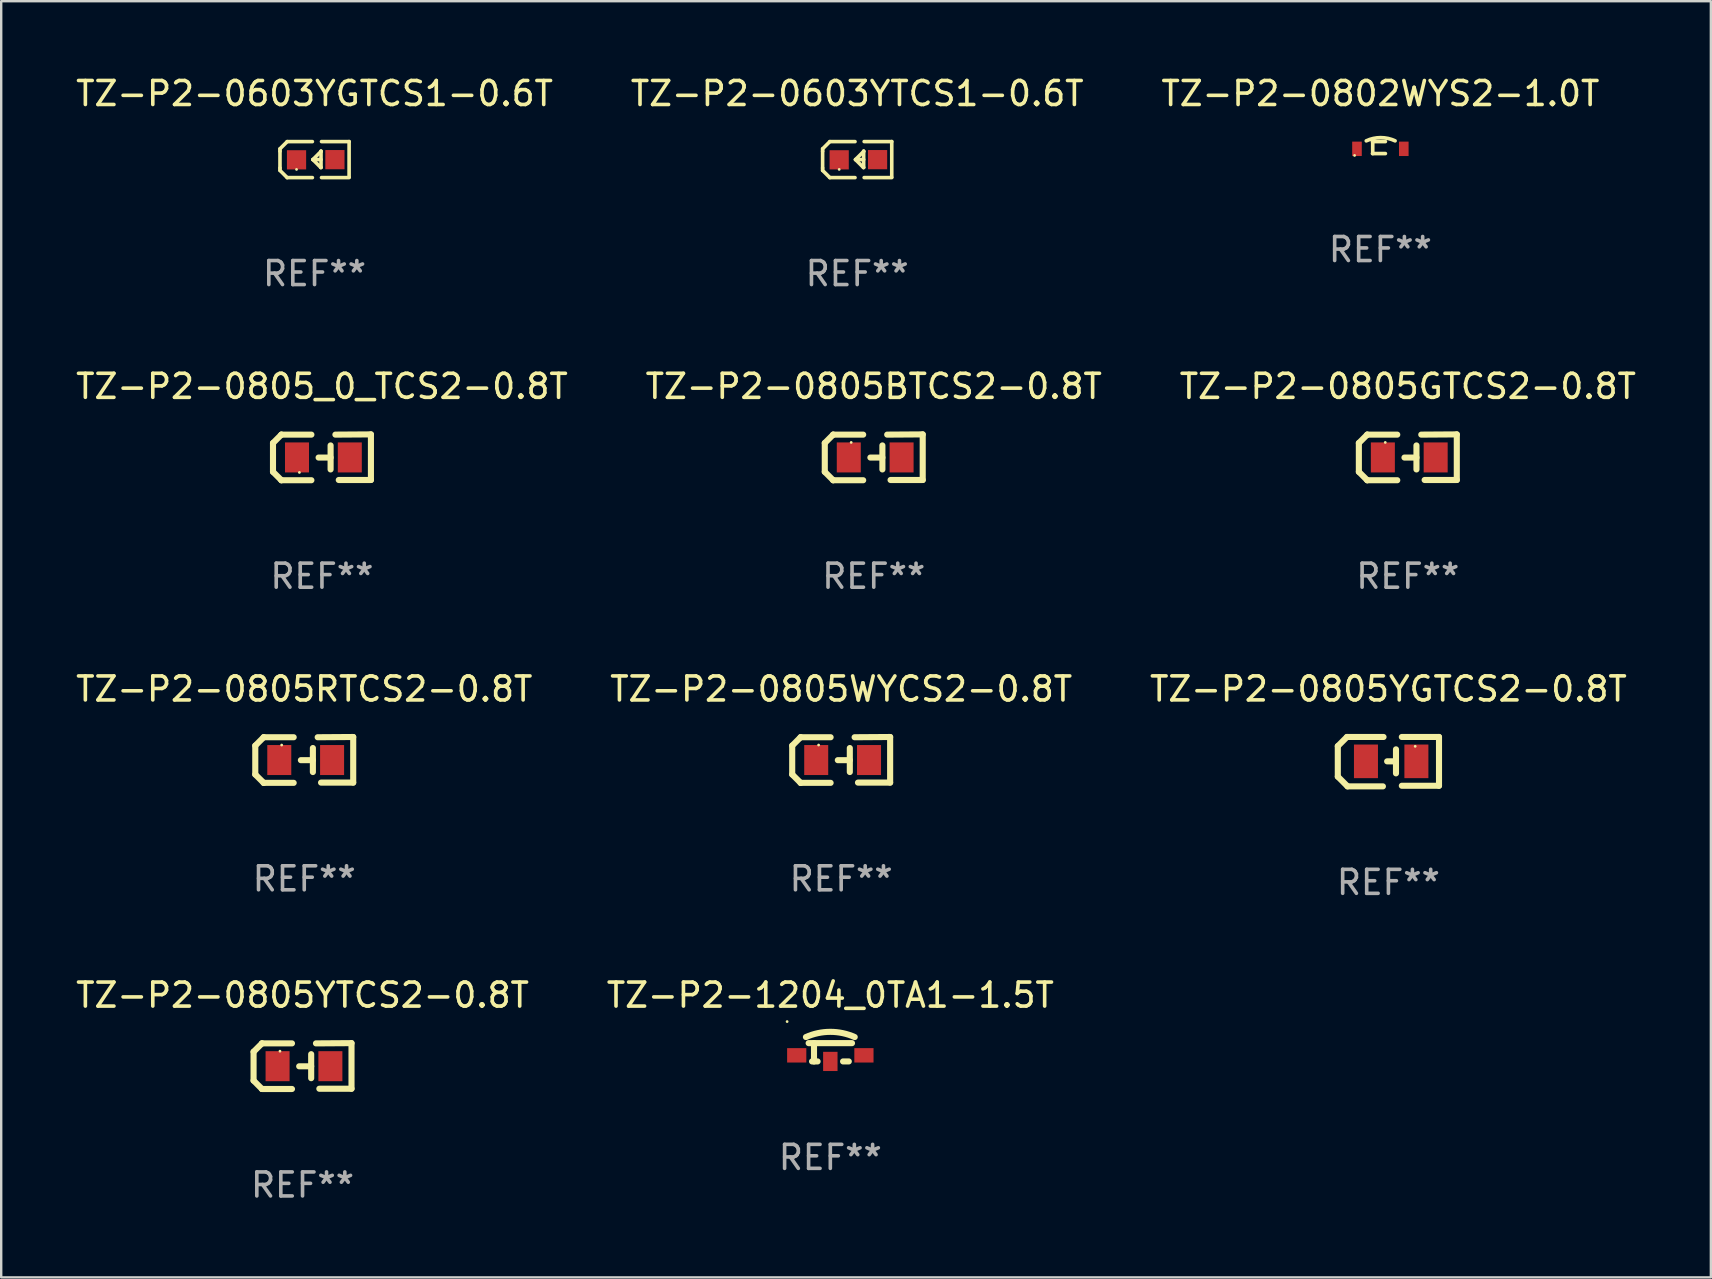
<source format=kicad_pcb>
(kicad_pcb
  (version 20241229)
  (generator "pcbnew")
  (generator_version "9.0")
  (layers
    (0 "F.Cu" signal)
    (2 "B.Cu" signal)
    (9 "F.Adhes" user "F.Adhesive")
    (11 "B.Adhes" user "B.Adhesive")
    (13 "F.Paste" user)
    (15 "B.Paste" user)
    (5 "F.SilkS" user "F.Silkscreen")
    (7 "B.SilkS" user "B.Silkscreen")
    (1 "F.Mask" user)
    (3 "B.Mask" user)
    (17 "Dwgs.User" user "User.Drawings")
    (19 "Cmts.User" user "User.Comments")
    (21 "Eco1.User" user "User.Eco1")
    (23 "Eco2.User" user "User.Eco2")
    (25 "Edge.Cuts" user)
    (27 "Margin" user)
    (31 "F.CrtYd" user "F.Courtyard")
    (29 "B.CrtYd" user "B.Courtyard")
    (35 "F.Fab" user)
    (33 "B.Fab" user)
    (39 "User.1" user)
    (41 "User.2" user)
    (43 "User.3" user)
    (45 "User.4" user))
  (footprint "TZ-P2-0805BTCS2-0.8T"
    (layer "F.Cu")
    (at 33.351 16.002)
    (property "Reference" "TZ-P2-0805BTCS2-0.8T" (at 0 -2.955 0) (layer "F.SilkS") (effects (font (size 1 1) (thickness 0.15))))
    (attr through_hole)
    (fp_line (start -2.04 -0.595) (end -2.04 0.605) (stroke (width 0.254) (type solid)) (layer "F.SilkS"))
    (fp_line (start -1.69 -0.945) (end -1.69 -0.945) (stroke (width 0.254) (type solid)) (layer "F.SilkS"))
    (fp_line (start -1.69 -0.945) (end -2.04 -0.595) (stroke (width 0.254) (type solid)) (layer "F.SilkS"))
    (fp_line (start -1.69 0.955) (end -2.04 0.605) (stroke (width 0.254) (type solid)) (layer "F.SilkS"))
    (fp_line (start -1.69 0.955) (end -1.69 0.955) (stroke (width 0.254) (type solid)) (layer "F.SilkS"))
    (fp_line (start -0.44 -0.945) (end -1.69 -0.945) (stroke (width 0.254) (type solid)) (layer "F.SilkS"))
    (fp_line (start -0.44 0.955) (end -1.69 0.955) (stroke (width 0.254) (type solid)) (layer "F.SilkS"))
    (fp_line (start 0.36 -0.495) (end 0.36 0.505) (stroke (width 0.254) (type solid)) (layer "F.SilkS"))
    (fp_line (start 0.36 0.01) (end -0.14 0.01) (stroke (width 0.254) (type solid)) (layer "F.SilkS"))
    (fp_line (start 0.56 -0.945) (end 2.04 -0.955) (stroke (width 0.254) (type solid)) (layer "F.SilkS"))
    (fp_line (start 0.7 0.945) (end 2.04 0.945) (stroke (width 0.254) (type solid)) (layer "F.SilkS"))
    (fp_line (start 2.04 -0.955) (end 2.04 0.945) (stroke (width 0.254) (type solid)) (layer "F.SilkS"))
    (fp_circle (center -0.94 -0.62) (end -0.91 -0.62) (stroke (width 0.06) (type solid)) (fill no) (layer "F.SilkS"))
    (fp_text user "REF**" (at 0 4.955 0) (layer "F.Fab") (effects (font (size 1 1) (thickness 0.15))))
    (pad "1" smd rect (at -1.04 0.005 180) (size 1 1.25) (layers "F.Cu" "F.Mask" "F.Paste"))
    (pad "2" smd rect (at 1.16 0.005 180) (size 1 1.25) (layers "F.Cu" "F.Mask" "F.Paste")))
  (footprint "TZ-P2-0805GTCS2-0.8T"
    (layer "F.Cu")
    (at 55.601 16.002)
    (property "Reference" "TZ-P2-0805GTCS2-0.8T" (at 0 -2.955 0) (layer "F.SilkS") (effects (font (size 1 1) (thickness 0.15))))
    (attr through_hole)
    (fp_line (start -2.04 -0.595) (end -2.04 0.605) (stroke (width 0.254) (type solid)) (layer "F.SilkS"))
    (fp_line (start -1.69 -0.945) (end -1.69 -0.945) (stroke (width 0.254) (type solid)) (layer "F.SilkS"))
    (fp_line (start -1.69 -0.945) (end -2.04 -0.595) (stroke (width 0.254) (type solid)) (layer "F.SilkS"))
    (fp_line (start -1.69 0.955) (end -2.04 0.605) (stroke (width 0.254) (type solid)) (layer "F.SilkS"))
    (fp_line (start -1.69 0.955) (end -1.69 0.955) (stroke (width 0.254) (type solid)) (layer "F.SilkS"))
    (fp_line (start -0.44 -0.945) (end -1.69 -0.945) (stroke (width 0.254) (type solid)) (layer "F.SilkS"))
    (fp_line (start -0.44 0.955) (end -1.69 0.955) (stroke (width 0.254) (type solid)) (layer "F.SilkS"))
    (fp_line (start 0.36 -0.495) (end 0.36 0.505) (stroke (width 0.254) (type solid)) (layer "F.SilkS"))
    (fp_line (start 0.36 0.01) (end -0.14 0.01) (stroke (width 0.254) (type solid)) (layer "F.SilkS"))
    (fp_line (start 0.56 -0.945) (end 2.04 -0.955) (stroke (width 0.254) (type solid)) (layer "F.SilkS"))
    (fp_line (start 0.7 0.945) (end 2.04 0.945) (stroke (width 0.254) (type solid)) (layer "F.SilkS"))
    (fp_line (start 2.04 -0.955) (end 2.04 0.945) (stroke (width 0.254) (type solid)) (layer "F.SilkS"))
    (fp_circle (center -0.94 -0.62) (end -0.91 -0.62) (stroke (width 0.06) (type solid)) (fill no) (layer "F.SilkS"))
    (fp_text user "REF**" (at 0 4.955 0) (layer "F.Fab") (effects (font (size 1 1) (thickness 0.15))))
    (pad "1" smd rect (at -1.04 0.005 180) (size 1 1.25) (layers "F.Cu" "F.Mask" "F.Paste"))
    (pad "2" smd rect (at 1.16 0.005 180) (size 1 1.25) (layers "F.Cu" "F.Mask" "F.Paste")))
  (footprint "TZ-P2-0603YTCS1-0.6T"
    (layer "F.Cu")
    (at 32.661 3.599)
    (property "Reference" "TZ-P2-0603YTCS1-0.6T" (at 0 -2.751 0) (layer "F.SilkS") (effects (font (size 1 1) (thickness 0.15))))
    (attr through_hole)
    (fp_line (start -1.44 -0.449) (end -1.14 -0.749) (stroke (width 0.15) (type solid)) (layer "F.SilkS"))
    (fp_line (start -1.44 -0.349) (end -1.44 -0.449) (stroke (width 0.15) (type solid)) (layer "F.SilkS"))
    (fp_line (start -1.44 -0.349) (end -1.44 0.351) (stroke (width 0.15) (type solid)) (layer "F.SilkS"))
    (fp_line (start -1.44 0.351) (end -1.44 0.451) (stroke (width 0.15) (type solid)) (layer "F.SilkS"))
    (fp_line (start -1.44 0.451) (end -1.14 0.751) (stroke (width 0.15) (type solid)) (layer "F.SilkS"))
    (fp_line (start -0.09 -0.749) (end -1.14 -0.749) (stroke (width 0.15) (type solid)) (layer "F.SilkS"))
    (fp_line (start -0.09 0.751) (end -1.14 0.751) (stroke (width 0.15) (type solid)) (layer "F.SilkS"))
    (fp_line (start 0.26 0.329) (end -0.07 -0.001) (stroke (width 0.15) (type solid)) (layer "F.SilkS"))
    (fp_line (start 0.27 -0.351) (end 0.27 -0.341) (stroke (width 0.15) (type solid)) (layer "F.SilkS"))
    (fp_line (start 0.27 -0.351) (end 0.27 0.329) (stroke (width 0.15) (type solid)) (layer "F.SilkS"))
    (fp_line (start 0.27 -0.341) (end -0.07 -0.001) (stroke (width 0.15) (type solid)) (layer "F.SilkS"))
    (fp_line (start 0.27 -0.001) (end -0.07 -0.001) (stroke (width 0.15) (type solid)) (layer "F.SilkS"))
    (fp_line (start 0.27 0.329) (end 0.26 0.329) (stroke (width 0.15) (type solid)) (layer "F.SilkS"))
    (fp_line (start 0.29 -0.751) (end 1.44 -0.751) (stroke (width 0.15) (type solid)) (layer "F.SilkS"))
    (fp_line (start 0.29 0.749) (end 1.44 0.749) (stroke (width 0.15) (type solid)) (layer "F.SilkS"))
    (fp_line (start 1.44 -0.751) (end 1.44 0.729) (stroke (width 0.15) (type solid)) (layer "F.SilkS"))
    (fp_circle (center -0.75 0.409) (end -0.72 0.409) (stroke (width 0.06) (type solid)) (fill no) (layer "F.SilkS"))
    (fp_text user "REF**" (at 0 4.751 0) (layer "F.Fab") (effects (font (size 1 1) (thickness 0.15))))
    (pad "1" smd rect (at -0.75 0.009 90) (size 0.8 0.8) (layers "F.Cu" "F.Mask" "F.Paste"))
    (pad "2" smd rect (at 0.849 0.002 90) (size 0.8 0.8) (layers "F.Cu" "F.Mask" "F.Paste")))
  (footprint "TZ-P2-0805_0_TCS2-0.8T"
    (layer "F.Cu")
    (at 10.363 16.002)
    (property "Reference" "TZ-P2-0805_0_TCS2-0.8T" (at 0 -2.955 0) (layer "F.SilkS") (effects (font (size 1 1) (thickness 0.15))))
    (attr through_hole)
    (fp_line (start -2.04 -0.595) (end -2.04 0.605) (stroke (width 0.254) (type solid)) (layer "F.SilkS"))
    (fp_line (start -1.69 -0.945) (end -1.69 -0.945) (stroke (width 0.254) (type solid)) (layer "F.SilkS"))
    (fp_line (start -1.69 -0.945) (end -2.04 -0.595) (stroke (width 0.254) (type solid)) (layer "F.SilkS"))
    (fp_line (start -1.69 0.955) (end -2.04 0.605) (stroke (width 0.254) (type solid)) (layer "F.SilkS"))
    (fp_line (start -1.69 0.955) (end -1.69 0.955) (stroke (width 0.254) (type solid)) (layer "F.SilkS"))
    (fp_line (start -0.44 -0.945) (end -1.69 -0.945) (stroke (width 0.254) (type solid)) (layer "F.SilkS"))
    (fp_line (start -0.44 0.955) (end -1.69 0.955) (stroke (width 0.254) (type solid)) (layer "F.SilkS"))
    (fp_line (start 0.36 -0.495) (end 0.36 0.505) (stroke (width 0.254) (type solid)) (layer "F.SilkS"))
    (fp_line (start 0.36 0.01) (end -0.14 0.01) (stroke (width 0.254) (type solid)) (layer "F.SilkS"))
    (fp_line (start 0.56 -0.945) (end 2.04 -0.955) (stroke (width 0.254) (type solid)) (layer "F.SilkS"))
    (fp_line (start 0.7 0.945) (end 2.04 0.945) (stroke (width 0.254) (type solid)) (layer "F.SilkS"))
    (fp_line (start 2.04 -0.955) (end 2.04 0.945) (stroke (width 0.254) (type solid)) (layer "F.SilkS"))
    (fp_circle (center -0.94 0.63) (end -0.91 0.63) (stroke (width 0.06) (type solid)) (fill no) (layer "F.SilkS"))
    (fp_text user "REF**" (at 0 4.955 0) (layer "F.Fab") (effects (font (size 1 1) (thickness 0.15))))
    (pad "1" smd rect (at -1.04 0.005 180) (size 1 1.25) (layers "F.Cu" "F.Mask" "F.Paste"))
    (pad "2" smd rect (at 1.16 0.005 180) (size 1 1.25) (layers "F.Cu" "F.Mask" "F.Paste")))
  (footprint "TZ-P2-0802WYS2-1.0T"
    (layer "F.Cu")
    (at 54.458 3.098)
    (property "Reference" "TZ-P2-0802WYS2-1.0T" (at 0 -2.25 0) (layer "F.SilkS") (effects (font (size 1 1) (thickness 0.15))))
    (attr through_hole)
    (fp_line (start -0.329 -0.25) (end 0.208 -0.25) (stroke (width 0.152) (type solid)) (layer "F.SilkS"))
    (fp_line (start -0.319 0.25) (end -0.319 -0.25) (stroke (width 0.152) (type solid)) (layer "F.SilkS"))
    (fp_line (start 0.208 0.25) (end -0.329 0.25) (stroke (width 0.152) (type solid)) (layer "F.SilkS"))
    (fp_arc (start -0.587579 -0.280645) (mid 0.012421 -0.414007) (end 0.612421 -0.280645) (stroke (width 0.151994) (type solid)) (layer "F.SilkS"))
    (fp_circle (center -1.075 0.328) (end -1.045 0.328) (stroke (width 0.06) (type solid)) (fill no) (layer "F.SilkS"))
    (fp_text user "REF**" (at 0 4.25 0) (layer "F.Fab") (effects (font (size 1 1) (thickness 0.15))))
    (pad "1" smd rect (at -0.975 0.052 180) (size 0.4 0.6) (layers "F.Cu" "F.Mask" "F.Paste"))
    (pad "2" smd rect (at 0.975 0.052 180) (size 0.4 0.6) (layers "F.Cu" "F.Mask" "F.Paste")))
  (footprint "TZ-P2-0805WYCS2-0.8T"
    (layer "F.Cu")
    (at 31.994 28.609)
    (property "Reference" "TZ-P2-0805WYCS2-0.8T" (at 0 -2.955 0) (layer "F.SilkS") (effects (font (size 1 1) (thickness 0.15))))
    (attr through_hole)
    (fp_line (start -2.04 -0.595) (end -2.04 0.605) (stroke (width 0.254) (type solid)) (layer "F.SilkS"))
    (fp_line (start -1.69 -0.945) (end -1.69 -0.945) (stroke (width 0.254) (type solid)) (layer "F.SilkS"))
    (fp_line (start -1.69 -0.945) (end -2.04 -0.595) (stroke (width 0.254) (type solid)) (layer "F.SilkS"))
    (fp_line (start -1.69 0.955) (end -2.04 0.605) (stroke (width 0.254) (type solid)) (layer "F.SilkS"))
    (fp_line (start -1.69 0.955) (end -1.69 0.955) (stroke (width 0.254) (type solid)) (layer "F.SilkS"))
    (fp_line (start -0.44 -0.945) (end -1.69 -0.945) (stroke (width 0.254) (type solid)) (layer "F.SilkS"))
    (fp_line (start -0.44 0.955) (end -1.69 0.955) (stroke (width 0.254) (type solid)) (layer "F.SilkS"))
    (fp_line (start 0.36 -0.495) (end 0.36 0.505) (stroke (width 0.254) (type solid)) (layer "F.SilkS"))
    (fp_line (start 0.36 0.01) (end -0.14 0.01) (stroke (width 0.254) (type solid)) (layer "F.SilkS"))
    (fp_line (start 0.56 -0.945) (end 2.04 -0.955) (stroke (width 0.254) (type solid)) (layer "F.SilkS"))
    (fp_line (start 0.7 0.945) (end 2.04 0.945) (stroke (width 0.254) (type solid)) (layer "F.SilkS"))
    (fp_line (start 2.04 -0.955) (end 2.04 0.945) (stroke (width 0.254) (type solid)) (layer "F.SilkS"))
    (fp_circle (center -0.94 -0.62) (end -0.91 -0.62) (stroke (width 0.06) (type solid)) (fill no) (layer "F.SilkS"))
    (fp_text user "REF**" (at 0 4.955 0) (layer "F.Fab") (effects (font (size 1 1) (thickness 0.15))))
    (pad "1" smd rect (at -1.04 0.005 180) (size 1 1.25) (layers "F.Cu" "F.Mask" "F.Paste"))
    (pad "2" smd rect (at 1.16 0.005 180) (size 1 1.25) (layers "F.Cu" "F.Mask" "F.Paste")))
  (footprint "TZ-P2-0805YGTCS2-0.8T"
    (layer "F.Cu")
    (at 54.792 28.682)
    (property "Reference" "TZ-P2-0805YGTCS2-0.8T" (at 0 -3.029 0) (layer "F.SilkS") (effects (font (size 1 1) (thickness 0.15))))
    (attr through_hole)
    (fp_line (start -2.108 -0.648) (end -1.727 -1.029) (stroke (width 0.254) (type solid)) (layer "F.SilkS"))
    (fp_line (start -2.108 0.622) (end -2.108 -0.648) (stroke (width 0.254) (type solid)) (layer "F.SilkS"))
    (fp_line (start -1.727 -1.029) (end -0.203 -1.029) (stroke (width 0.254) (type solid)) (layer "F.SilkS"))
    (fp_line (start -1.702 1.029) (end -2.108 0.622) (stroke (width 0.254) (type solid)) (layer "F.SilkS"))
    (fp_line (start -0.229 1.029) (end -1.702 1.029) (stroke (width 0.254) (type solid)) (layer "F.SilkS"))
    (fp_line (start 0.216 -0.014) (end -0.053 -0.014) (stroke (width 0.254) (type solid)) (layer "F.SilkS"))
    (fp_line (start 0.316 -0.514) (end 0.316 0.486) (stroke (width 0.254) (type solid)) (layer "F.SilkS"))
    (fp_line (start 0.559 1.003) (end 2.108 1.003) (stroke (width 0.254) (type solid)) (layer "F.SilkS"))
    (fp_line (start 2.108 -1.029) (end 0.559 -1.029) (stroke (width 0.254) (type solid)) (layer "F.SilkS"))
    (fp_line (start 2.108 1.003) (end 2.108 -1.029) (stroke (width 0.254) (type solid)) (layer "F.SilkS"))
    (fp_circle (center 1.116 -0.639) (end 1.146 -0.639) (stroke (width 0.06) (type solid)) (fill no) (layer "F.SilkS"))
    (fp_text user "REF**" (at 0 5.029 0) (layer "F.Fab") (effects (font (size 1 1) (thickness 0.15))))
    (pad "1" smd rect (at 1.166 -0.014 180) (size 1 1.4) (layers "F.Cu" "F.Mask" "F.Paste"))
    (pad "2" smd rect (at -0.935 -0.014 180) (size 1 1.4) (layers "F.Cu" "F.Mask" "F.Paste")))
  (footprint "TZ-P2-0603YGTCS1-0.6T"
    (layer "F.Cu")
    (at 10.054 3.599)
    (property "Reference" "TZ-P2-0603YGTCS1-0.6T" (at 0 -2.751 0) (layer "F.SilkS") (effects (font (size 1 1) (thickness 0.15))))
    (attr through_hole)
    (fp_line (start -1.44 -0.449) (end -1.14 -0.749) (stroke (width 0.15) (type solid)) (layer "F.SilkS"))
    (fp_line (start -1.44 -0.349) (end -1.44 -0.449) (stroke (width 0.15) (type solid)) (layer "F.SilkS"))
    (fp_line (start -1.44 -0.349) (end -1.44 0.351) (stroke (width 0.15) (type solid)) (layer "F.SilkS"))
    (fp_line (start -1.44 0.351) (end -1.44 0.451) (stroke (width 0.15) (type solid)) (layer "F.SilkS"))
    (fp_line (start -1.44 0.451) (end -1.14 0.751) (stroke (width 0.15) (type solid)) (layer "F.SilkS"))
    (fp_line (start -0.09 -0.749) (end -1.14 -0.749) (stroke (width 0.15) (type solid)) (layer "F.SilkS"))
    (fp_line (start -0.09 0.751) (end -1.14 0.751) (stroke (width 0.15) (type solid)) (layer "F.SilkS"))
    (fp_line (start 0.26 0.329) (end -0.07 -0.001) (stroke (width 0.15) (type solid)) (layer "F.SilkS"))
    (fp_line (start 0.27 -0.351) (end 0.27 -0.341) (stroke (width 0.15) (type solid)) (layer "F.SilkS"))
    (fp_line (start 0.27 -0.351) (end 0.27 0.329) (stroke (width 0.15) (type solid)) (layer "F.SilkS"))
    (fp_line (start 0.27 -0.341) (end -0.07 -0.001) (stroke (width 0.15) (type solid)) (layer "F.SilkS"))
    (fp_line (start 0.27 -0.001) (end -0.07 -0.001) (stroke (width 0.15) (type solid)) (layer "F.SilkS"))
    (fp_line (start 0.27 0.329) (end 0.26 0.329) (stroke (width 0.15) (type solid)) (layer "F.SilkS"))
    (fp_line (start 0.29 -0.751) (end 1.44 -0.751) (stroke (width 0.15) (type solid)) (layer "F.SilkS"))
    (fp_line (start 0.29 0.749) (end 1.44 0.749) (stroke (width 0.15) (type solid)) (layer "F.SilkS"))
    (fp_line (start 1.44 -0.751) (end 1.44 0.729) (stroke (width 0.15) (type solid)) (layer "F.SilkS"))
    (fp_circle (center -0.75 0.409) (end -0.72 0.409) (stroke (width 0.06) (type solid)) (fill no) (layer "F.SilkS"))
    (fp_text user "REF**" (at 0 4.751 0) (layer "F.Fab") (effects (font (size 1 1) (thickness 0.15))))
    (pad "1" smd rect (at -0.75 0.009 90) (size 0.8 0.8) (layers "F.Cu" "F.Mask" "F.Paste"))
    (pad "2" smd rect (at 0.849 0.002 90) (size 0.8 0.8) (layers "F.Cu" "F.Mask" "F.Paste")))
  (footprint "TZ-P2-0805RTCS2-0.8T"
    (layer "F.Cu")
    (at 9.625 28.609)
    (property "Reference" "TZ-P2-0805RTCS2-0.8T" (at 0 -2.955 0) (layer "F.SilkS") (effects (font (size 1 1) (thickness 0.15))))
    (attr through_hole)
    (fp_line (start -2.04 -0.595) (end -2.04 0.605) (stroke (width 0.254) (type solid)) (layer "F.SilkS"))
    (fp_line (start -1.69 -0.945) (end -1.69 -0.945) (stroke (width 0.254) (type solid)) (layer "F.SilkS"))
    (fp_line (start -1.69 -0.945) (end -2.04 -0.595) (stroke (width 0.254) (type solid)) (layer "F.SilkS"))
    (fp_line (start -1.69 0.955) (end -2.04 0.605) (stroke (width 0.254) (type solid)) (layer "F.SilkS"))
    (fp_line (start -1.69 0.955) (end -1.69 0.955) (stroke (width 0.254) (type solid)) (layer "F.SilkS"))
    (fp_line (start -0.44 -0.945) (end -1.69 -0.945) (stroke (width 0.254) (type solid)) (layer "F.SilkS"))
    (fp_line (start -0.44 0.955) (end -1.69 0.955) (stroke (width 0.254) (type solid)) (layer "F.SilkS"))
    (fp_line (start 0.36 -0.495) (end 0.36 0.505) (stroke (width 0.254) (type solid)) (layer "F.SilkS"))
    (fp_line (start 0.36 0.01) (end -0.14 0.01) (stroke (width 0.254) (type solid)) (layer "F.SilkS"))
    (fp_line (start 0.56 -0.945) (end 2.04 -0.955) (stroke (width 0.254) (type solid)) (layer "F.SilkS"))
    (fp_line (start 0.7 0.945) (end 2.04 0.945) (stroke (width 0.254) (type solid)) (layer "F.SilkS"))
    (fp_line (start 2.04 -0.955) (end 2.04 0.945) (stroke (width 0.254) (type solid)) (layer "F.SilkS"))
    (fp_circle (center -0.94 -0.62) (end -0.91 -0.62) (stroke (width 0.06) (type solid)) (fill no) (layer "F.SilkS"))
    (fp_text user "REF**" (at 0 4.955 0) (layer "F.Fab") (effects (font (size 1 1) (thickness 0.15))))
    (pad "1" smd rect (at -1.04 0.005 180) (size 1 1.25) (layers "F.Cu" "F.Mask" "F.Paste"))
    (pad "2" smd rect (at 1.16 0.005 180) (size 1 1.25) (layers "F.Cu" "F.Mask" "F.Paste")))
  (footprint "TZ-P2-1204_0TA1-1.5T"
    (layer "F.Cu")
    (at 31.542 40.789)
    (property "Reference" "TZ-P2-1204_0TA1-1.5T" (at 0 -2.381 0) (layer "F.SilkS") (effects (font (size 1 1) (thickness 0.15))))
    (attr through_hole)
    (fp_line (start -0.903 -0.381) (end 0.903 -0.381) (stroke (width 0.254) (type solid)) (layer "F.SilkS"))
    (fp_line (start -0.762 0.381) (end -0.531 0.381) (stroke (width 0.254) (type solid)) (layer "F.SilkS"))
    (fp_line (start -0.68 -0.381) (end -0.68 0.381) (stroke (width 0.254) (type solid)) (layer "F.SilkS"))
    (fp_line (start 0.531 0.381) (end 0.769 0.381) (stroke (width 0.254) (type solid)) (layer "F.SilkS"))
    (fp_arc (start -1.016002 -0.635001) (mid 0 -0.851806) (end 1.016002 -0.635001) (stroke (width 0.254001) (type solid)) (layer "F.SilkS"))
    (fp_circle (center -1.8 -1.279) (end -1.77 -1.279) (stroke (width 0.06) (type solid)) (fill no) (layer "F.SilkS"))
    (fp_text user "REF**" (at 0 4.381 0) (layer "F.Fab") (effects (font (size 1 1) (thickness 0.15))))
    (pad "1" smd rect (at -1.4 0.127 90) (size 0.6 0.8) (layers "F.Cu" "F.Mask" "F.Paste"))
    (pad "2" smd rect (at 1.4 0.127 90) (size 0.6 0.8) (layers "F.Cu" "F.Mask" "F.Paste"))
    (pad "3" smd rect (at 0 0.381 180) (size 0.6 0.8) (layers "F.Cu" "F.Mask" "F.Paste")))
  (footprint "TZ-P2-0805YTCS2-0.8T"
    (layer "F.Cu")
    (at 9.554 41.363)
    (property "Reference" "TZ-P2-0805YTCS2-0.8T" (at 0 -2.955 0) (layer "F.SilkS") (effects (font (size 1 1) (thickness 0.15))))
    (attr through_hole)
    (fp_line (start -2.04 -0.595) (end -2.04 0.605) (stroke (width 0.254) (type solid)) (layer "F.SilkS"))
    (fp_line (start -1.69 -0.945) (end -1.69 -0.945) (stroke (width 0.254) (type solid)) (layer "F.SilkS"))
    (fp_line (start -1.69 -0.945) (end -2.04 -0.595) (stroke (width 0.254) (type solid)) (layer "F.SilkS"))
    (fp_line (start -1.69 0.955) (end -2.04 0.605) (stroke (width 0.254) (type solid)) (layer "F.SilkS"))
    (fp_line (start -1.69 0.955) (end -1.69 0.955) (stroke (width 0.254) (type solid)) (layer "F.SilkS"))
    (fp_line (start -0.44 -0.945) (end -1.69 -0.945) (stroke (width 0.254) (type solid)) (layer "F.SilkS"))
    (fp_line (start -0.44 0.955) (end -1.69 0.955) (stroke (width 0.254) (type solid)) (layer "F.SilkS"))
    (fp_line (start 0.36 -0.495) (end 0.36 0.505) (stroke (width 0.254) (type solid)) (layer "F.SilkS"))
    (fp_line (start 0.36 0.01) (end -0.14 0.01) (stroke (width 0.254) (type solid)) (layer "F.SilkS"))
    (fp_line (start 0.56 -0.945) (end 2.04 -0.955) (stroke (width 0.254) (type solid)) (layer "F.SilkS"))
    (fp_line (start 0.7 0.945) (end 2.04 0.945) (stroke (width 0.254) (type solid)) (layer "F.SilkS"))
    (fp_line (start 2.04 -0.955) (end 2.04 0.945) (stroke (width 0.254) (type solid)) (layer "F.SilkS"))
    (fp_circle (center -0.94 -0.62) (end -0.91 -0.62) (stroke (width 0.06) (type solid)) (fill no) (layer "F.SilkS"))
    (fp_text user "REF**" (at 0 4.955 0) (layer "F.Fab") (effects (font (size 1 1) (thickness 0.15))))
    (pad "1" smd rect (at -1.04 0.005 180) (size 1 1.25) (layers "F.Cu" "F.Mask" "F.Paste"))
    (pad "2" smd rect (at 1.16 0.005 180) (size 1 1.25) (layers "F.Cu" "F.Mask" "F.Paste")))
  (gr_rect
    (start -3 -3)
    (end 68.226 50.166)
    (stroke (width 0.1) (type default))
    (fill no)
    (layer "Edge.Cuts")))
</source>
